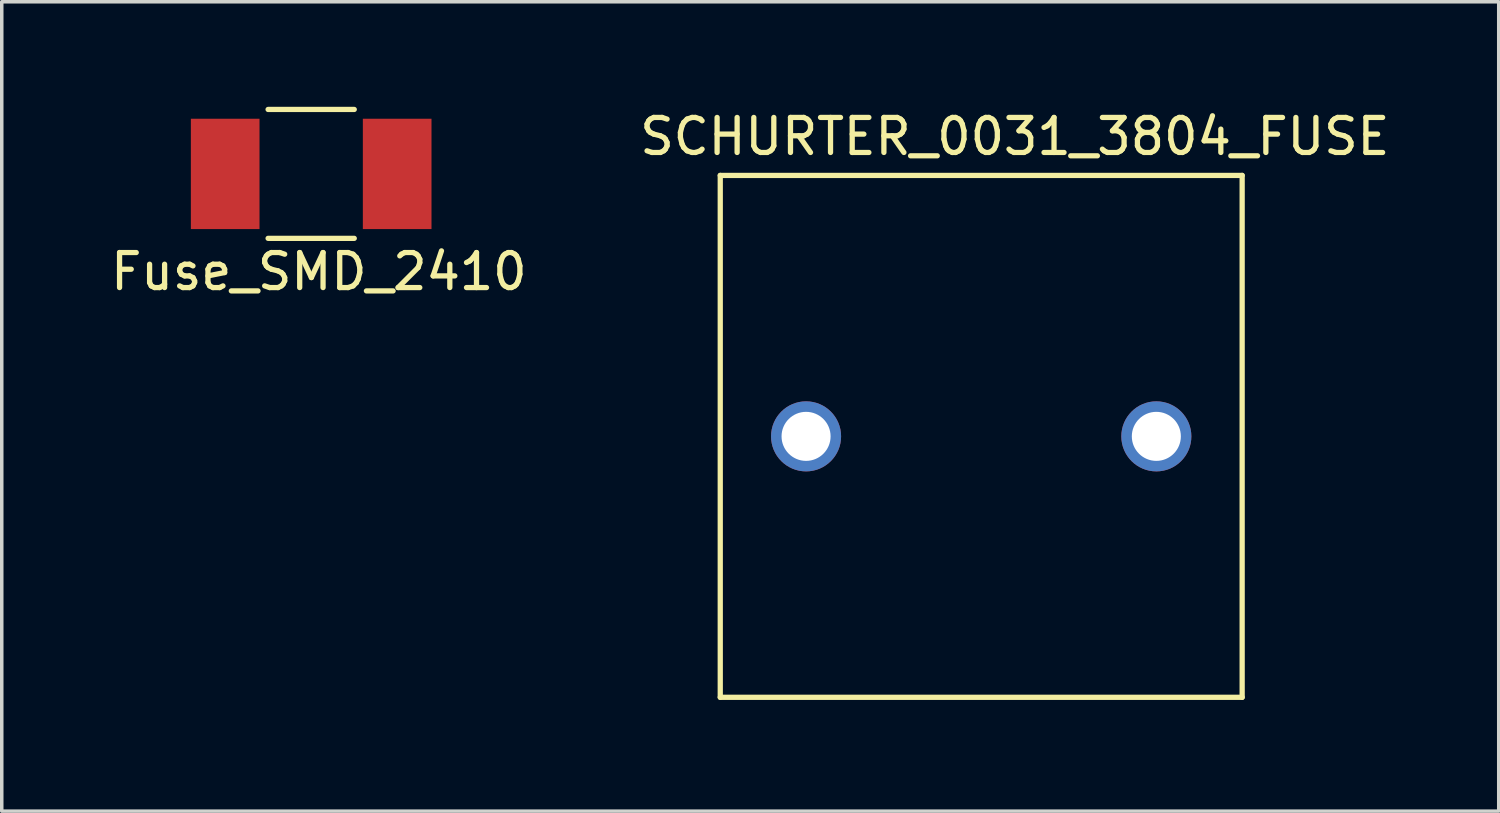
<source format=kicad_pcb>
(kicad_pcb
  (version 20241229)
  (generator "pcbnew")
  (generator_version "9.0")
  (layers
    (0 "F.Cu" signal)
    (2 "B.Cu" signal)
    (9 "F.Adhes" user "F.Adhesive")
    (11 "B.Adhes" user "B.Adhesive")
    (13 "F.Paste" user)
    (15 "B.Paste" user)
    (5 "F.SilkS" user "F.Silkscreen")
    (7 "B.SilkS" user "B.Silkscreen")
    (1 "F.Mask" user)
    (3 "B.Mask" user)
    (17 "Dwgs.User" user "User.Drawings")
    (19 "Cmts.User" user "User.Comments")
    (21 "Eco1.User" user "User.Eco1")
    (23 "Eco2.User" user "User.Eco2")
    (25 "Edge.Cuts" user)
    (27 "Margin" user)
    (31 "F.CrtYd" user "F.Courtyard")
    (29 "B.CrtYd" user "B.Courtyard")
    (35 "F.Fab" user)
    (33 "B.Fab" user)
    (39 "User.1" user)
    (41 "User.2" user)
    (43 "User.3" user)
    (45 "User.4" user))
  (footprint "SCHURTER_0031_3804_FUSE"
    (layer "F.Cu")
    (at 17.513 16.858)
    (property "Reference" "SCHURTER_0031_3804_FUSE" (at 8.41 -16.01 0) (layer "F.SilkS") (effects (font (size 1 1) (thickness 0.15))))
    (attr through_hole)
    (fp_line (start 0 -14.9) (end 14.9 -14.9) (stroke (width 0.15) (type solid)) (layer "F.SilkS"))
    (fp_line (start 0 0) (end 0 -14.9) (stroke (width 0.15) (type solid)) (layer "F.SilkS"))
    (fp_line (start 0 0) (end 14.9 0) (stroke (width 0.15) (type solid)) (layer "F.SilkS"))
    (fp_line (start 14.9 0) (end 14.9 -14.9) (stroke (width 0.15) (type solid)) (layer "F.SilkS"))
    (pad "1" thru_hole circle (at 2.45 -7.45) (size 2 2) (drill 1.4) (layers "*.Cu" "*.Mask"))
    (pad "2" thru_hole circle (at 12.45 -7.45) (size 2 2) (drill 1.4) (layers "*.Cu" "*.Mask")))
  (footprint "Fuse_SMD_2410"
    (layer "F.Cu")
    (at 5.834 1.915)
    (property "Reference" "Fuse_SMD_2410" (at 0.22 2.79 0) (layer "F.SilkS") (effects (font (size 1 1) (thickness 0.15))))
    (attr through_hole)
    (fp_line (start -1.23 -1.84) (end 1.23 -1.84) (stroke (width 0.15) (type solid)) (layer "F.SilkS"))
    (fp_line (start -1.23 1.84) (end 1.23 1.84) (stroke (width 0.15) (type solid)) (layer "F.SilkS"))
    (pad "1" smd rect (at -2.455 0) (size 1.96 3.15) (layers "F.Cu" "F.Mask" "F.Paste"))
    (pad "2" smd rect (at 2.455 0) (size 1.96 3.15) (layers "F.Cu" "F.Mask" "F.Paste")))
  (gr_rect
    (start -3 -3)
    (end 39.738 20.108)
    (stroke (width 0.1) (type default))
    (fill no)
    (layer "Edge.Cuts")))
</source>
